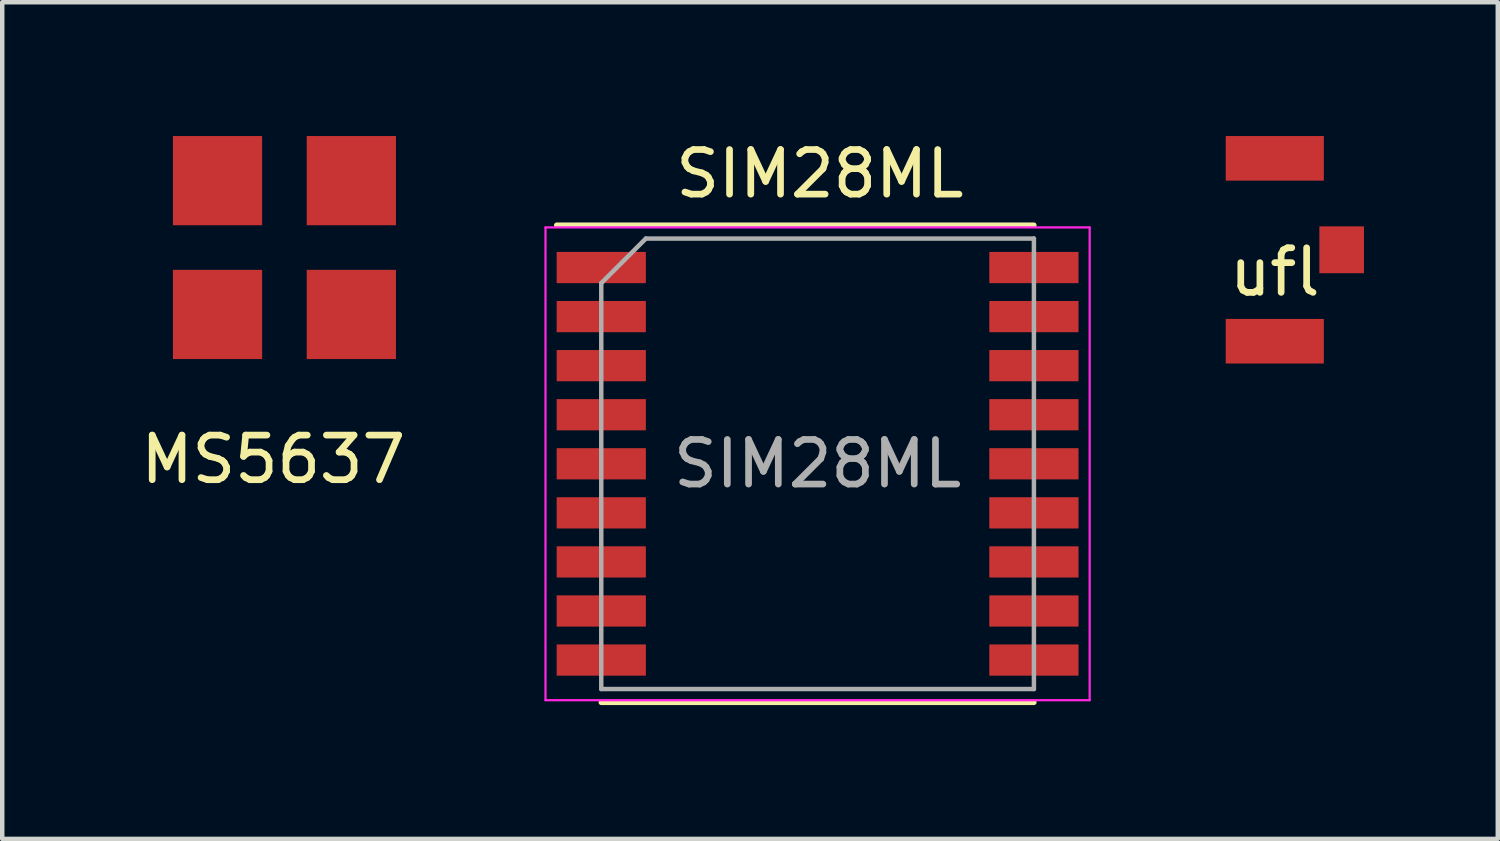
<source format=kicad_pcb>
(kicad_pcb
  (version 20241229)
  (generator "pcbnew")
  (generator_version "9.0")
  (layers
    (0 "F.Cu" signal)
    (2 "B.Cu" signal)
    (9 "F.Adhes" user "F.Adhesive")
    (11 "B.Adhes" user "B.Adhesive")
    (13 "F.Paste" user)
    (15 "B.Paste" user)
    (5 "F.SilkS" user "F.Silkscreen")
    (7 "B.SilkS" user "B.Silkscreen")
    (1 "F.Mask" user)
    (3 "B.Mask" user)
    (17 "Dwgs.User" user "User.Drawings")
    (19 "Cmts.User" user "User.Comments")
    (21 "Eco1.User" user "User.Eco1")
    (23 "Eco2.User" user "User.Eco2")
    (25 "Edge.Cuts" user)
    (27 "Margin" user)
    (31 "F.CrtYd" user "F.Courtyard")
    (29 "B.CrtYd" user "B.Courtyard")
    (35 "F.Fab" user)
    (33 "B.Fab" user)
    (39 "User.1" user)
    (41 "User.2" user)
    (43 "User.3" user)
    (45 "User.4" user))
  (footprint "ufl"
    (layer "F.Cu")
    (at 25.53 2.55)
    (property "Reference" "ufl" (at 0 0.5 0) (layer "F.SilkS") (effects (font (size 1 1) (thickness 0.15))))
    (attr through_hole)
    (pad "1" smd rect (at 1.5 0) (size 1 1.05) (layers "F.Cu" "F.Mask" "F.Paste"))
    (pad "2" smd rect (at 0 -2.05) (size 2.2 1) (layers "F.Cu" "F.Mask" "F.Paste"))
    (pad "2" smd rect (at 0 2.05) (size 2.2 1) (layers "F.Cu" "F.Mask" "F.Paste")))
  (footprint "MS5637"
    (layer "F.Cu")
    (at 3.327 2.5)
    (property "Reference" "MS5637" (at -0.25 4.75 0) (layer "F.SilkS") (effects (font (size 1 1) (thickness 0.15))))
    (attr through_hole)
    (pad "1" smd rect (at -1 -1) (size 2 2) (drill (offset -0.5 -0.5)) (layers "F.Cu" "F.Mask" "F.Paste"))
    (pad "2" smd rect (at -1 2) (size 2 2) (drill (offset -0.5 -0.5)) (layers "F.Cu" "F.Mask" "F.Paste"))
    (pad "3" smd rect (at 2 2) (size 2 2) (drill (offset -0.5 -0.5)) (layers "F.Cu" "F.Mask" "F.Paste"))
    (pad "4" smd rect (at 2 -1) (size 2 2) (drill (offset -0.5 -0.5)) (layers "F.Cu" "F.Mask" "F.Paste")))
  (footprint "SIM28ML"
    (layer "F.Cu")
    (at 15.28 7.348)
    (property "Reference" "SIM28ML" (at 0.05 -6.5 0) (layer "F.SilkS") (effects (font (size 1 1) (thickness 0.15))))
    (attr smd)
    (fp_line (start -5.85 -5.35) (end 4.85 -5.35) (stroke (width 0.12) (type solid)) (layer "F.SilkS"))
    (fp_line (start -4.85 5.35) (end 4.85 5.35) (stroke (width 0.12) (type solid)) (layer "F.SilkS"))
    (fp_line (start -6.1 -5.3) (end 6.1 -5.3) (stroke (width 0.05) (type solid)) (layer "F.CrtYd"))
    (fp_line (start -6.1 5.3) (end -6.1 -5.3) (stroke (width 0.05) (type solid)) (layer "F.CrtYd"))
    (fp_line (start 6.1 -5.3) (end 6.1 5.3) (stroke (width 0.05) (type solid)) (layer "F.CrtYd"))
    (fp_line (start 6.1 5.3) (end -6.1 5.3) (stroke (width 0.05) (type solid)) (layer "F.CrtYd"))
    (fp_line (start -4.85 5.05) (end -4.85 -4.05) (stroke (width 0.1) (type solid)) (layer "F.Fab"))
    (fp_line (start -3.85 -5.05) (end -4.85 -4.05) (stroke (width 0.1) (type solid)) (layer "F.Fab"))
    (fp_line (start -3.85 -5.05) (end 4.85 -5.05) (stroke (width 0.1) (type solid)) (layer "F.Fab"))
    (fp_line (start 4.85 -5.05) (end 4.85 5.05) (stroke (width 0.1) (type solid)) (layer "F.Fab"))
    (fp_line (start 4.85 5.05) (end -4.85 5.05) (stroke (width 0.1) (type solid)) (layer "F.Fab"))
    (fp_text user "${REFERENCE}" (at 0 0 0) (layer "F.Fab") (effects (font (size 1 1) (thickness 0.15))))
    (pad "1" smd rect (at -4.85 -4.4) (size 2 0.7) (layers "F.Cu" "F.Mask" "F.Paste"))
    (pad "2" smd rect (at -4.85 -3.3) (size 2 0.7) (layers "F.Cu" "F.Mask" "F.Paste"))
    (pad "3" smd rect (at -4.85 -2.2) (size 2 0.7) (layers "F.Cu" "F.Mask" "F.Paste"))
    (pad "4" smd rect (at -4.85 -1.1) (size 2 0.7) (layers "F.Cu" "F.Mask" "F.Paste"))
    (pad "5" smd rect (at -4.85 0) (size 2 0.7) (layers "F.Cu" "F.Mask" "F.Paste"))
    (pad "6" smd rect (at -4.85 1.1) (size 2 0.7) (layers "F.Cu" "F.Mask" "F.Paste"))
    (pad "7" smd rect (at -4.85 2.2) (size 2 0.7) (layers "F.Cu" "F.Mask" "F.Paste"))
    (pad "8" smd rect (at -4.85 3.3) (size 2 0.7) (layers "F.Cu" "F.Mask" "F.Paste"))
    (pad "9" smd rect (at -4.85 4.4) (size 2 0.7) (layers "F.Cu" "F.Mask" "F.Paste"))
    (pad "10" smd rect (at 4.85 4.4) (size 2 0.7) (layers "F.Cu" "F.Mask" "F.Paste"))
    (pad "11" smd rect (at 4.85 3.3) (size 2 0.7) (layers "F.Cu" "F.Mask" "F.Paste"))
    (pad "12" smd rect (at 4.85 2.2) (size 2 0.7) (layers "F.Cu" "F.Mask" "F.Paste"))
    (pad "13" smd rect (at 4.85 1.1) (size 2 0.7) (layers "F.Cu" "F.Mask" "F.Paste"))
    (pad "14" smd rect (at 4.85 0) (size 2 0.7) (layers "F.Cu" "F.Mask" "F.Paste"))
    (pad "15" smd rect (at 4.85 -1.1) (size 2 0.7) (layers "F.Cu" "F.Mask" "F.Paste"))
    (pad "16" smd rect (at 4.85 -2.2) (size 2 0.7) (layers "F.Cu" "F.Mask" "F.Paste"))
    (pad "17" smd rect (at 4.85 -3.3) (size 2 0.7) (layers "F.Cu" "F.Mask" "F.Paste"))
    (pad "18" smd rect (at 4.85 -4.4) (size 2 0.7) (layers "F.Cu" "F.Mask" "F.Paste")))
  (gr_rect
    (start -3 -3)
    (end 30.53 15.758)
    (stroke (width 0.1) (type default))
    (fill no)
    (layer "Edge.Cuts")))
</source>
